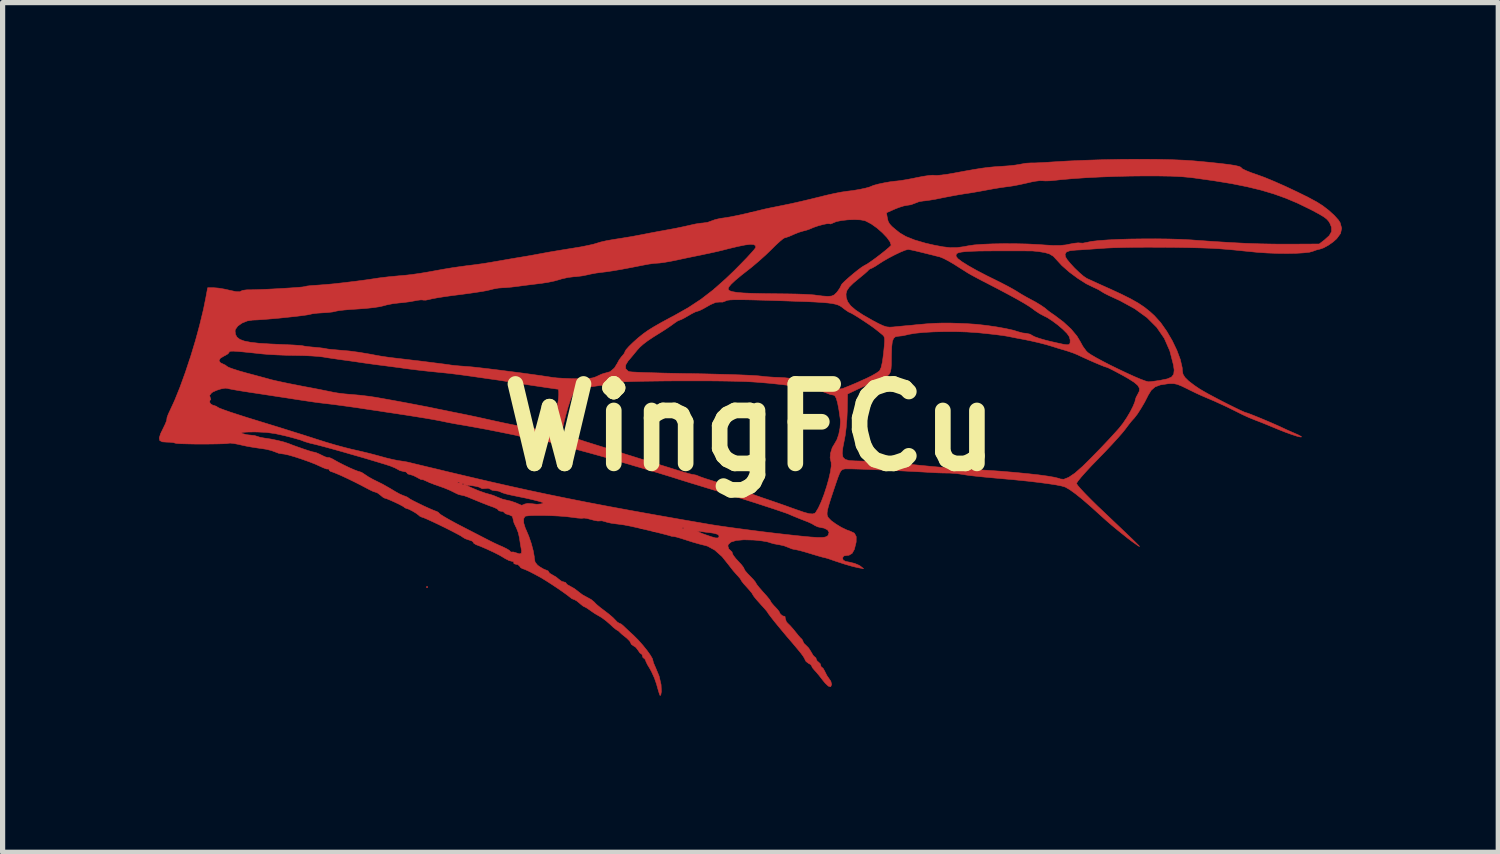
<source format=kicad_pcb>
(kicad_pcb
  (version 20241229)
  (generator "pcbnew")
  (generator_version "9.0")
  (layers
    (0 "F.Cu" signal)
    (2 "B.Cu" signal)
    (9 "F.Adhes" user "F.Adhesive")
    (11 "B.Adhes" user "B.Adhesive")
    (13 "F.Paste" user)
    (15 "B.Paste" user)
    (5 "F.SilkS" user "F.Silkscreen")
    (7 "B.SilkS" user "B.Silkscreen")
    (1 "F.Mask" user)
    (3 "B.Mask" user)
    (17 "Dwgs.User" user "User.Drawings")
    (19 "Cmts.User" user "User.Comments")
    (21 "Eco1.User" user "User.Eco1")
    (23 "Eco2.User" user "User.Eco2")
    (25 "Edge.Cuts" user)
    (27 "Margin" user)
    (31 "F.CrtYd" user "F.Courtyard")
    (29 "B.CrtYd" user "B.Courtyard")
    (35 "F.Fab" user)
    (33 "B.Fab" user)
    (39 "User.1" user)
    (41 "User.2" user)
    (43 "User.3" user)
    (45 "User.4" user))
  (footprint "WingFCu"
    (layer "F.Cu")
    (at 11.338 5.151)
    (property "Reference" "WingFCu" (at 0 0 0) (layer "F.SilkS") (effects (font (size 1.524 1.524) (thickness 0.3))))
    (attr through_hole)
    (fp_poly (pts (xy -6.181 3.062) (xy -6.195 3.076) (xy -6.209 3.062) (xy -6.195 3.048) (xy -6.181 3.062)) (stroke (width 0.01) (type solid)) (fill yes) (layer "F.Cu"))
    (fp_poly (pts (xy 7.798 -5.144) (xy 8.096 -5.137) (xy 8.356 -5.126) (xy 8.523 -5.114) (xy 8.794 -5.089) (xy 9.012 -5.066) (xy 9.181 -5.046) (xy 9.303 -5.027) (xy 9.381 -5.009) (xy 9.42 -4.992) (xy 9.426 -4.982) (xy 9.451 -4.96) (xy 9.52 -4.927) (xy 9.62 -4.887) (xy 9.716 -4.854) (xy 9.871 -4.798) (xy 10.062 -4.719) (xy 10.274 -4.625) (xy 10.493 -4.522) (xy 10.706 -4.417) (xy 10.875 -4.326) (xy 10.99 -4.253) (xy 11.107 -4.163) (xy 11.212 -4.067) (xy 11.291 -3.979) (xy 11.323 -3.929) (xy 11.352 -3.822) (xy 11.331 -3.722) (xy 11.257 -3.621) (xy 11.186 -3.558) (xy 11.094 -3.494) (xy 11.004 -3.445) (xy 10.946 -3.425) (xy 10.864 -3.404) (xy 10.799 -3.38) (xy 10.799 -3.38) (xy 10.734 -3.362) (xy 10.623 -3.35) (xy 10.476 -3.341) (xy 10.305 -3.338) (xy 10.119 -3.34) (xy 9.929 -3.347) (xy 9.745 -3.359) (xy 9.645 -3.369) (xy 9.474 -3.386) (xy 9.299 -3.404) (xy 9.139 -3.418) (xy 9.013 -3.428) (xy 9.003 -3.429) (xy 8.843 -3.438) (xy 8.642 -3.445) (xy 8.41 -3.451) (xy 8.159 -3.455) (xy 7.899 -3.457) (xy 7.64 -3.458) (xy 7.393 -3.457) (xy 7.168 -3.453) (xy 6.977 -3.448) (xy 6.828 -3.441) (xy 6.802 -3.439) (xy 6.643 -3.428) (xy 6.489 -3.417) (xy 6.356 -3.408) (xy 6.262 -3.403) (xy 6.257 -3.403) (xy 6.139 -3.391) (xy 6.071 -3.366) (xy 6.046 -3.324) (xy 6.053 -3.275) (xy 6.085 -3.221) (xy 6.148 -3.145) (xy 6.229 -3.057) (xy 6.317 -2.973) (xy 6.398 -2.903) (xy 6.461 -2.86) (xy 6.463 -2.859) (xy 6.514 -2.836) (xy 6.604 -2.795) (xy 6.724 -2.74) (xy 6.86 -2.679) (xy 6.91 -2.657) (xy 7.128 -2.556) (xy 7.304 -2.468) (xy 7.446 -2.388) (xy 7.566 -2.308) (xy 7.673 -2.223) (xy 7.759 -2.145) (xy 7.88 -2.011) (xy 7.996 -1.846) (xy 8.102 -1.665) (xy 8.191 -1.48) (xy 8.257 -1.303) (xy 8.293 -1.147) (xy 8.297 -1.083) (xy 8.308 -1.022) (xy 8.346 -0.96) (xy 8.416 -0.891) (xy 8.526 -0.807) (xy 8.622 -0.742) (xy 8.691 -0.701) (xy 8.791 -0.644) (xy 8.913 -0.579) (xy 9.046 -0.509) (xy 9.18 -0.441) (xy 9.305 -0.379) (xy 9.411 -0.328) (xy 9.487 -0.294) (xy 9.523 -0.282) (xy 9.556 -0.272) (xy 9.629 -0.244) (xy 9.729 -0.204) (xy 9.845 -0.156) (xy 9.964 -0.106) (xy 10.074 -0.058) (xy 10.164 -0.018) (xy 10.202 -0.000158) (xy 10.301 0.046) (xy 10.412 0.095) (xy 10.449 0.111) (xy 10.525 0.145) (xy 10.574 0.172) (xy 10.583 0.181) (xy 10.559 0.183) (xy 10.492 0.167) (xy 10.394 0.135) (xy 10.272 0.091) (xy 10.138 0.038) (xy 10.075 0.012) (xy 9.947 -0.041) (xy 9.817 -0.094) (xy 9.71 -0.135) (xy 9.687 -0.144) (xy 9.58 -0.187) (xy 9.455 -0.244) (xy 9.363 -0.29) (xy 9.147 -0.397) (xy 8.916 -0.503) (xy 8.735 -0.58) (xy 8.656 -0.614) (xy 8.548 -0.664) (xy 8.429 -0.722) (xy 8.396 -0.739) (xy 8.282 -0.794) (xy 8.2 -0.827) (xy 8.132 -0.841) (xy 8.061 -0.842) (xy 8.015 -0.838) (xy 7.873 -0.816) (xy 7.773 -0.778) (xy 7.699 -0.714) (xy 7.638 -0.614) (xy 7.628 -0.593) (xy 7.57 -0.48) (xy 7.502 -0.365) (xy 7.435 -0.26) (xy 7.376 -0.183) (xy 7.35 -0.155) (xy 7.318 -0.119) (xy 7.264 -0.051) (xy 7.202 0.032) (xy 7.146 0.102) (xy 7.058 0.202) (xy 6.947 0.324) (xy 6.821 0.458) (xy 6.688 0.595) (xy 6.676 0.608) (xy 6.552 0.735) (xy 6.444 0.852) (xy 6.356 0.951) (xy 6.295 1.026) (xy 6.267 1.069) (xy 6.265 1.074) (xy 6.285 1.108) (xy 6.341 1.174) (xy 6.428 1.267) (xy 6.54 1.381) (xy 6.671 1.51) (xy 6.736 1.571) (xy 6.937 1.762) (xy 7.1 1.917) (xy 7.229 2.04) (xy 7.327 2.134) (xy 7.397 2.202) (xy 7.443 2.248) (xy 7.468 2.274) (xy 7.474 2.284) (xy 7.467 2.282) (xy 7.448 2.27) (xy 7.422 2.253) (xy 7.333 2.19) (xy 7.245 2.124) (xy 7.237 2.117) (xy 7.162 2.057) (xy 7.071 1.984) (xy 7.026 1.947) (xy 6.939 1.875) (xy 6.835 1.785) (xy 6.746 1.705) (xy 6.546 1.524) (xy 6.38 1.38) (xy 6.245 1.272) (xy 6.137 1.194) (xy 6.052 1.145) (xy 6.047 1.143) (xy 5.984 1.124) (xy 5.874 1.102) (xy 5.724 1.079) (xy 5.543 1.055) (xy 5.339 1.031) (xy 5.122 1.009) (xy 5.052 1.002) (xy 4.803 0.98) (xy 4.604 0.962) (xy 4.447 0.947) (xy 4.325 0.934) (xy 4.232 0.924) (xy 4.16 0.914) (xy 4.103 0.905) (xy 4.083 0.901) (xy 3.968 0.885) (xy 3.849 0.876) (xy 3.812 0.875) (xy 3.711 0.874) (xy 3.586 0.87) (xy 3.5 0.865) (xy 3.309 0.854) (xy 3.102 0.843) (xy 2.887 0.832) (xy 2.671 0.822) (xy 2.463 0.813) (xy 2.271 0.805) (xy 2.103 0.799) (xy 1.966 0.795) (xy 1.871 0.794) (xy 1.823 0.795) (xy 1.782 0.804) (xy 1.751 0.826) (xy 1.723 0.873) (xy 1.69 0.955) (xy 1.659 1.044) (xy 1.593 1.24) (xy 1.543 1.391) (xy 1.509 1.502) (xy 1.488 1.582) (xy 1.48 1.639) (xy 1.481 1.678) (xy 1.491 1.709) (xy 1.505 1.732) (xy 1.559 1.788) (xy 1.649 1.853) (xy 1.754 1.917) (xy 1.859 1.967) (xy 1.927 1.991) (xy 2.004 2.028) (xy 2.039 2.094) (xy 2.038 2.197) (xy 2.034 2.216) (xy 2.003 2.34) (xy 1.96 2.416) (xy 1.901 2.451) (xy 1.862 2.455) (xy 1.8 2.465) (xy 1.779 2.499) (xy 1.778 2.51) (xy 1.79 2.546) (xy 1.833 2.569) (xy 1.912 2.585) (xy 2.008 2.608) (xy 2.091 2.643) (xy 2.114 2.657) (xy 2.181 2.709) (xy 2.085 2.693) (xy 1.968 2.666) (xy 1.816 2.622) (xy 1.644 2.566) (xy 1.58 2.544) (xy 1.5 2.516) (xy 1.44 2.499) (xy 1.425 2.496) (xy 1.387 2.487) (xy 1.309 2.465) (xy 1.205 2.434) (xy 1.153 2.418) (xy 1.039 2.384) (xy 0.942 2.358) (xy 0.877 2.344) (xy 0.862 2.342) (xy 0.805 2.33) (xy 0.737 2.302) (xy 0.656 2.271) (xy 0.558 2.249) (xy 0.542 2.247) (xy 0.455 2.231) (xy 0.386 2.211) (xy 0.375 2.206) (xy 0.325 2.192) (xy 0.234 2.177) (xy 0.12 2.164) (xy 0.071 2.16) (xy -0.118 2.155) (xy -0.264 2.168) (xy -0.365 2.199) (xy -0.417 2.246) (xy -0.423 2.275) (xy -0.406 2.331) (xy -0.381 2.353) (xy -0.343 2.39) (xy -0.339 2.411) (xy -0.32 2.453) (xy -0.271 2.516) (xy -0.226 2.565) (xy -0.164 2.632) (xy -0.123 2.686) (xy -0.113 2.709) (xy -0.094 2.746) (xy -0.045 2.804) (xy 0 2.85) (xy 0.062 2.914) (xy 0.103 2.964) (xy 0.113 2.982) (xy 0.131 3.013) (xy 0.178 3.072) (xy 0.245 3.149) (xy 0.254 3.159) (xy 0.323 3.236) (xy 0.373 3.297) (xy 0.395 3.331) (xy 0.395 3.333) (xy 0.413 3.364) (xy 0.459 3.418) (xy 0.48 3.439) (xy 0.532 3.495) (xy 0.562 3.535) (xy 0.564 3.542) (xy 0.582 3.577) (xy 0.62 3.611) (xy 0.654 3.623) (xy 0.66 3.621) (xy 0.674 3.629) (xy 0.677 3.663) (xy 0.699 3.728) (xy 0.727 3.759) (xy 0.771 3.802) (xy 0.833 3.872) (xy 0.874 3.923) (xy 0.931 3.994) (xy 0.976 4.044) (xy 0.994 4.059) (xy 1.015 4.092) (xy 1.016 4.102) (xy 1.037 4.143) (xy 1.074 4.178) (xy 1.127 4.232) (xy 1.174 4.307) (xy 1.176 4.311) (xy 1.211 4.371) (xy 1.241 4.402) (xy 1.245 4.403) (xy 1.268 4.425) (xy 1.27 4.442) (xy 1.293 4.486) (xy 1.312 4.498) (xy 1.35 4.535) (xy 1.355 4.557) (xy 1.368 4.595) (xy 1.379 4.6) (xy 1.406 4.624) (xy 1.437 4.68) (xy 1.44 4.687) (xy 1.476 4.759) (xy 1.51 4.808) (xy 1.511 4.809) (xy 1.552 4.869) (xy 1.567 4.93) (xy 1.551 4.971) (xy 1.543 4.975) (xy 1.503 4.962) (xy 1.443 4.905) (xy 1.394 4.845) (xy 1.329 4.761) (xy 1.269 4.69) (xy 1.235 4.653) (xy 1.196 4.606) (xy 1.185 4.578) (xy 1.162 4.546) (xy 1.13 4.53) (xy 1.076 4.49) (xy 1.058 4.457) (xy 1.044 4.427) (xy 1.018 4.385) (xy 0.974 4.326) (xy 0.906 4.243) (xy 0.811 4.13) (xy 0.706 4.008) (xy 0.62 3.905) (xy 0.533 3.8) (xy 0.454 3.703) (xy 0.391 3.622) (xy 0.35 3.567) (xy 0.339 3.548) (xy 0.321 3.523) (xy 0.274 3.468) (xy 0.207 3.395) (xy 0.198 3.384) (xy 0.129 3.307) (xy 0.079 3.246) (xy 0.057 3.212) (xy 0.056 3.211) (xy 0.039 3.18) (xy -0.008 3.123) (xy -0.056 3.069) (xy -0.117 3.002) (xy -0.158 2.95) (xy -0.169 2.93) (xy -0.187 2.9) (xy -0.232 2.848) (xy -0.248 2.831) (xy -0.318 2.752) (xy -0.387 2.664) (xy -0.395 2.653) (xy -0.534 2.479) (xy -0.675 2.353) (xy -0.814 2.277) (xy -0.864 2.263) (xy -0.964 2.238) (xy -1.091 2.202) (xy -1.217 2.162) (xy -1.223 2.16) (xy -1.326 2.127) (xy -1.408 2.103) (xy -1.455 2.093) (xy -1.459 2.093) (xy -1.503 2.088) (xy -1.524 2.081) (xy -1.568 2.068) (xy -1.656 2.045) (xy -1.774 2.015) (xy -1.874 1.991) (xy -1.009 1.991) (xy -0.981 2.007) (xy -0.913 2.036) (xy -0.861 2.055) (xy -0.739 2.097) (xy -0.66 2.119) (xy -0.615 2.12) (xy -0.596 2.101) (xy -0.593 2.077) (xy -0.62 2.05) (xy -0.697 2.029) (xy -0.742 2.022) (xy -0.85 2.009) (xy -0.952 1.995) (xy -0.989 1.989) (xy -1.009 1.991) (xy -1.874 1.991) (xy -1.911 1.982) (xy -2.054 1.948) (xy -2.117 1.933) (xy -1.298 1.933) (xy -1.284 1.947) (xy -1.27 1.933) (xy -1.284 1.919) (xy -1.298 1.933) (xy -2.117 1.933) (xy -2.192 1.916) (xy -2.3 1.892) (xy -2.415 1.87) (xy -2.533 1.854) (xy -2.568 1.85) (xy -2.667 1.836) (xy -2.756 1.815) (xy -2.775 1.808) (xy -2.84 1.791) (xy -2.88 1.793) (xy -2.92 1.795) (xy -2.993 1.781) (xy -3.045 1.767) (xy -3.126 1.746) (xy -3.183 1.738) (xy -3.198 1.74) (xy -3.231 1.743) (xy -3.305 1.738) (xy -3.405 1.725) (xy -3.429 1.722) (xy -3.539 1.709) (xy -3.674 1.699) (xy -3.821 1.692) (xy -3.969 1.688) (xy -4.104 1.688) (xy -4.216 1.691) (xy -4.291 1.699) (xy -4.315 1.705) (xy -4.342 1.753) (xy -4.34 1.834) (xy -4.309 1.934) (xy -4.292 1.97) (xy -4.243 2.086) (xy -4.196 2.223) (xy -4.159 2.361) (xy -4.138 2.477) (xy -4.136 2.509) (xy -4.122 2.583) (xy -4.076 2.641) (xy -4.036 2.671) (xy -3.966 2.713) (xy -3.913 2.736) (xy -3.903 2.738) (xy -3.869 2.755) (xy -3.866 2.766) (xy -3.843 2.797) (xy -3.789 2.829) (xy -3.715 2.872) (xy -3.666 2.913) (xy -3.611 2.953) (xy -3.574 2.963) (xy -3.534 2.976) (xy -3.528 2.988) (xy -3.505 3.015) (xy -3.449 3.046) (xy -3.449 3.046) (xy -3.372 3.089) (xy -3.295 3.147) (xy -3.293 3.15) (xy -3.21 3.212) (xy -3.12 3.261) (xy -3.045 3.302) (xy -2.99 3.347) (xy -2.986 3.352) (xy -2.945 3.394) (xy -2.873 3.454) (xy -2.794 3.514) (xy -2.705 3.582) (xy -2.629 3.647) (xy -2.587 3.69) (xy -2.542 3.736) (xy -2.51 3.754) (xy -2.471 3.771) (xy -2.432 3.803) (xy -2.386 3.847) (xy -2.314 3.915) (xy -2.235 3.987) (xy -2.146 4.076) (xy -2.056 4.177) (xy -1.974 4.279) (xy -1.91 4.369) (xy -1.87 4.438) (xy -1.863 4.466) (xy -1.851 4.514) (xy -1.82 4.586) (xy -1.811 4.606) (xy -1.743 4.77) (xy -1.705 4.934) (xy -1.699 5.067) (xy -1.71 5.129) (xy -1.723 5.144) (xy -1.728 5.136) (xy -1.745 5.088) (xy -1.77 5.004) (xy -1.792 4.925) (xy -1.833 4.806) (xy -1.888 4.686) (xy -1.921 4.626) (xy -1.968 4.548) (xy -1.997 4.486) (xy -2.004 4.464) (xy -2.023 4.433) (xy -2.032 4.431) (xy -2.057 4.408) (xy -2.06 4.389) (xy -2.073 4.351) (xy -2.084 4.346) (xy -2.113 4.324) (xy -2.145 4.276) (xy -2.19 4.218) (xy -2.234 4.19) (xy -2.277 4.159) (xy -2.286 4.136) (xy -2.307 4.098) (xy -2.36 4.045) (xy -2.392 4.019) (xy -2.457 3.967) (xy -2.499 3.928) (xy -2.507 3.917) (xy -2.537 3.895) (xy -2.539 3.895) (xy -2.57 3.876) (xy -2.627 3.83) (xy -2.676 3.783) (xy -2.76 3.71) (xy -2.845 3.647) (xy -2.884 3.624) (xy -2.974 3.572) (xy -3.062 3.512) (xy -3.065 3.509) (xy -3.126 3.467) (xy -3.167 3.444) (xy -3.172 3.443) (xy -3.204 3.426) (xy -3.257 3.383) (xy -3.268 3.373) (xy -3.326 3.326) (xy -3.369 3.303) (xy -3.374 3.302) (xy -3.416 3.285) (xy -3.459 3.252) (xy -3.508 3.214) (xy -3.591 3.154) (xy -3.694 3.083) (xy -3.804 3.01) (xy -3.908 2.943) (xy -3.991 2.892) (xy -4.008 2.882) (xy -4.139 2.811) (xy -4.249 2.755) (xy -4.328 2.72) (xy -4.364 2.709) (xy -4.402 2.687) (xy -4.413 2.667) (xy -4.451 2.632) (xy -4.488 2.625) (xy -4.528 2.614) (xy -4.53 2.596) (xy -4.538 2.574) (xy -4.566 2.568) (xy -4.623 2.553) (xy -4.698 2.515) (xy -4.723 2.499) (xy -4.801 2.453) (xy -4.913 2.396) (xy -5.042 2.336) (xy -5.167 2.282) (xy -5.256 2.248) (xy -5.298 2.222) (xy -5.306 2.204) (xy -5.33 2.18) (xy -5.389 2.159) (xy -5.391 2.159) (xy -5.464 2.134) (xy -5.512 2.104) (xy -5.549 2.079) (xy -5.625 2.038) (xy -5.728 1.984) (xy -5.847 1.924) (xy -5.972 1.863) (xy -6.09 1.807) (xy -6.191 1.761) (xy -6.262 1.731) (xy -6.292 1.722) (xy -6.332 1.704) (xy -6.356 1.683) (xy -6.405 1.646) (xy -6.473 1.605) (xy -6.541 1.57) (xy -6.588 1.554) (xy -6.593 1.554) (xy -6.625 1.538) (xy -6.629 1.532) (xy -6.661 1.511) (xy -6.728 1.475) (xy -6.814 1.434) (xy -6.901 1.395) (xy -6.972 1.366) (xy -7.011 1.355) (xy -7.043 1.337) (xy -7.09 1.298) (xy -7.145 1.257) (xy -7.183 1.242) (xy -7.226 1.229) (xy -7.296 1.196) (xy -7.34 1.173) (xy -7.457 1.111) (xy -7.587 1.045) (xy -7.719 0.981) (xy -7.841 0.924) (xy -7.944 0.88) (xy -8.014 0.853) (xy -8.039 0.847) (xy -8.07 0.825) (xy -8.072 0.814) (xy -8.082 0.794) (xy -8.089 0.798) (xy -8.122 0.797) (xy -8.187 0.773) (xy -8.237 0.75) (xy -8.336 0.705) (xy -8.461 0.656) (xy -8.597 0.608) (xy -8.731 0.564) (xy -8.848 0.53) (xy -8.934 0.511) (xy -8.961 0.508) (xy -9.042 0.495) (xy -9.11 0.469) (xy -9.184 0.442) (xy -9.284 0.418) (xy -9.327 0.411) (xy -9.467 0.391) (xy -9.569 0.375) (xy -9.652 0.36) (xy -9.734 0.343) (xy -9.806 0.326) (xy -9.9 0.308) (xy -9.971 0.3) (xy -10.001 0.303) (xy -10.038 0.309) (xy -10.119 0.313) (xy -10.233 0.316) (xy -10.37 0.318) (xy -10.517 0.319) (xy -10.664 0.318) (xy -10.8 0.315) (xy -10.913 0.312) (xy -10.992 0.307) (xy -11.026 0.301) (xy -11.026 0.301) (xy -11.063 0.29) (xy -11.136 0.283) (xy -11.182 0.282) (xy -11.273 0.276) (xy -11.323 0.251) (xy -11.333 0.202) (xy -11.307 0.119) (xy -11.298 0.101) (xy -9.755 0.101) (xy -9.747 0.112) (xy -9.737 0.117) (xy -9.654 0.139) (xy -9.581 0.147) (xy -9.505 0.155) (xy -9.453 0.171) (xy -9.397 0.189) (xy -9.315 0.204) (xy -9.298 0.206) (xy -9.188 0.223) (xy -9.062 0.249) (xy -8.942 0.279) (xy -8.853 0.308) (xy -8.848 0.31) (xy -8.761 0.344) (xy -8.657 0.381) (xy -8.551 0.418) (xy -8.456 0.449) (xy -8.388 0.469) (xy -8.36 0.474) (xy -8.325 0.483) (xy -8.259 0.511) (xy -8.223 0.529) (xy -8.152 0.563) (xy -8.103 0.577) (xy -8.093 0.576) (xy -8.062 0.58) (xy -8.003 0.607) (xy -7.983 0.619) (xy -7.897 0.667) (xy -7.793 0.72) (xy -7.687 0.771) (xy -7.591 0.813) (xy -7.52 0.84) (xy -7.493 0.847) (xy -7.448 0.863) (xy -7.388 0.902) (xy -7.387 0.903) (xy -7.316 0.95) (xy -7.224 1.001) (xy -7.193 1.016) (xy -7.046 1.089) (xy -6.898 1.173) (xy -6.802 1.231) (xy -6.719 1.277) (xy -6.643 1.31) (xy -6.632 1.313) (xy -6.574 1.336) (xy -6.548 1.355) (xy -6.517 1.376) (xy -6.448 1.413) (xy -6.355 1.459) (xy -6.252 1.509) (xy -6.153 1.554) (xy -6.071 1.589) (xy -6.021 1.608) (xy -6.014 1.609) (xy -5.977 1.63) (xy -5.963 1.647) (xy -5.932 1.672) (xy -5.858 1.718) (xy -5.752 1.779) (xy -5.621 1.85) (xy -5.503 1.911) (xy -5.354 1.988) (xy -5.216 2.059) (xy -5.1 2.119) (xy -5.016 2.162) (xy -4.981 2.18) (xy -4.906 2.217) (xy -4.807 2.263) (xy -4.748 2.288) (xy -4.668 2.327) (xy -4.614 2.36) (xy -4.6 2.377) (xy -4.584 2.392) (xy -4.579 2.39) (xy -4.539 2.389) (xy -4.501 2.4) (xy -4.424 2.425) (xy -4.386 2.414) (xy -4.381 2.365) (xy -4.387 2.335) (xy -4.403 2.247) (xy -4.419 2.142) (xy -4.422 2.119) (xy -4.445 2.018) (xy -4.481 1.925) (xy -4.491 1.907) (xy -4.527 1.83) (xy -4.544 1.76) (xy -4.544 1.756) (xy -4.559 1.705) (xy -4.614 1.678) (xy -4.628 1.675) (xy -4.688 1.656) (xy -4.713 1.634) (xy -4.713 1.633) (xy -4.737 1.613) (xy -4.77 1.609) (xy -4.815 1.599) (xy -4.826 1.585) (xy -4.85 1.562) (xy -4.908 1.535) (xy -4.918 1.531) (xy -5.012 1.497) (xy -5.145 1.445) (xy -5.304 1.38) (xy -5.409 1.336) (xy -5.483 1.31) (xy -5.539 1.298) (xy -5.541 1.298) (xy -5.593 1.285) (xy -5.665 1.251) (xy -5.678 1.244) (xy -5.755 1.206) (xy -5.861 1.162) (xy -5.954 1.129) (xy -6.032 1.101) (xy -5.461 1.101) (xy -5.348 1.154) (xy -5.211 1.212) (xy -5.075 1.26) (xy -4.983 1.285) (xy -4.92 1.305) (xy -4.841 1.338) (xy -4.834 1.341) (xy -4.748 1.375) (xy -4.666 1.395) (xy -4.664 1.395) (xy -4.584 1.414) (xy -4.494 1.445) (xy -4.487 1.448) (xy -4.422 1.476) (xy -4.383 1.492) (xy -4.38 1.493) (xy -4.351 1.484) (xy -4.321 1.469) (xy -4.261 1.457) (xy -4.181 1.463) (xy -4.175 1.464) (xy -4.087 1.474) (xy -4.009 1.467) (xy -4.008 1.467) (xy -3.969 1.454) (xy -3.971 1.442) (xy -4.021 1.425) (xy -4.054 1.415) (xy -4.163 1.387) (xy -4.277 1.361) (xy -4.294 1.357) (xy -4.393 1.337) (xy -4.514 1.312) (xy -4.586 1.297) (xy -4.68 1.275) (xy -4.753 1.252) (xy -4.782 1.238) (xy -4.829 1.22) (xy -4.886 1.214) (xy -4.95 1.203) (xy -4.983 1.183) (xy -5.022 1.166) (xy -5.073 1.171) (xy -5.133 1.175) (xy -5.162 1.163) (xy -5.198 1.144) (xy -5.27 1.127) (xy -5.32 1.119) (xy -5.461 1.101) (xy -6.032 1.101) (xy -6.061 1.091) (xy -6.084 1.082) (xy -5.522 1.082) (xy -5.518 1.099) (xy -5.503 1.101) (xy -5.48 1.09) (xy -5.485 1.082) (xy -5.518 1.078) (xy -5.522 1.082) (xy -6.084 1.082) (xy -6.156 1.054) (xy -5.607 1.054) (xy -5.603 1.07) (xy -5.588 1.072) (xy -5.565 1.062) (xy -5.569 1.054) (xy -5.603 1.05) (xy -5.607 1.054) (xy -6.156 1.054) (xy -6.157 1.053) (xy -6.215 1.027) (xy -6.269 1.003) (xy -6.293 1) (xy -6.294 1.001) (xy -6.315 0.997) (xy -6.367 0.97) (xy -6.385 0.959) (xy -6.459 0.922) (xy -6.519 0.904) (xy -6.526 0.903) (xy -6.568 0.89) (xy -6.576 0.875) (xy -6.6 0.853) (xy -6.639 0.846) (xy -6.714 0.828) (xy -6.756 0.805) (xy -6.81 0.776) (xy -6.898 0.74) (xy -6.996 0.708) (xy -7.208 0.644) (xy -7.426 0.579) (xy -7.643 0.517) (xy -7.847 0.458) (xy -8.031 0.407) (xy -8.185 0.365) (xy -8.3 0.335) (xy -8.345 0.324) (xy -8.446 0.3) (xy -8.53 0.275) (xy -8.571 0.26) (xy -8.618 0.242) (xy -8.707 0.216) (xy -8.823 0.184) (xy -8.922 0.159) (xy -9.109 0.118) (xy -9.275 0.095) (xy -9.449 0.087) (xy -9.515 0.086) (xy -9.644 0.088) (xy -9.723 0.093) (xy -9.755 0.101) (xy -11.298 0.101) (xy -11.262 0.026) (xy -11.219 -0.062) (xy -11.192 -0.129) (xy -11.187 -0.161) (xy -11.187 -0.161) (xy -11.183 -0.193) (xy -11.159 -0.257) (xy -11.133 -0.312) (xy -11.05 -0.491) (xy -10.369 -0.491) (xy -10.347 -0.452) (xy -10.303 -0.426) (xy -10.286 -0.423) (xy -10.235 -0.405) (xy -10.211 -0.387) (xy -10.175 -0.369) (xy -10.093 -0.338) (xy -9.971 -0.295) (xy -9.817 -0.245) (xy -9.64 -0.188) (xy -9.454 -0.131) (xy -9.233 -0.063) (xy -9.002 0.008) (xy -8.777 0.079) (xy -8.569 0.144) (xy -8.394 0.2) (xy -8.311 0.227) (xy -8.137 0.282) (xy -7.954 0.336) (xy -7.781 0.383) (xy -7.638 0.419) (xy -7.606 0.426) (xy -7.453 0.461) (xy -7.288 0.501) (xy -7.141 0.54) (xy -7.098 0.552) (xy -6.97 0.587) (xy -6.843 0.617) (xy -6.741 0.637) (xy -6.731 0.638) (xy -6.644 0.651) (xy -6.58 0.662) (xy -6.562 0.666) (xy -6.528 0.674) (xy -6.446 0.694) (xy -6.325 0.723) (xy -6.172 0.76) (xy -5.994 0.802) (xy -5.814 0.846) (xy -5.391 0.946) (xy -4.993 1.039) (xy -4.613 1.125) (xy -4.243 1.207) (xy -3.875 1.285) (xy -3.503 1.361) (xy -3.12 1.437) (xy -2.717 1.514) (xy -2.288 1.593) (xy -1.826 1.676) (xy -1.322 1.765) (xy -0.771 1.86) (xy -0.748 1.864) (xy -0.613 1.885) (xy -0.433 1.911) (xy -0.221 1.94) (xy 0.013 1.971) (xy 0.257 2.002) (xy 0.498 2.031) (xy 0.726 2.057) (xy 0.928 2.079) (xy 0.988 2.085) (xy 1.165 2.102) (xy 1.294 2.11) (xy 1.384 2.111) (xy 1.444 2.103) (xy 1.481 2.087) (xy 1.498 2.072) (xy 1.518 2.015) (xy 1.49 1.965) (xy 1.421 1.931) (xy 1.38 1.924) (xy 1.301 1.907) (xy 1.243 1.88) (xy 1.242 1.879) (xy 1.187 1.846) (xy 1.11 1.811) (xy 1.101 1.808) (xy 0.958 1.752) (xy 0.806 1.69) (xy 0.748 1.664) (xy 0.69 1.642) (xy 0.588 1.607) (xy 0.449 1.56) (xy 0.283 1.506) (xy 0.1 1.446) (xy -0.093 1.385) (xy -0.286 1.324) (xy -0.47 1.267) (xy -0.637 1.217) (xy -0.691 1.201) (xy -0.817 1.163) (xy -0.976 1.114) (xy -1.151 1.061) (xy -1.321 1.008) (xy -1.341 1.002) (xy -1.501 0.951) (xy -1.638 0.909) (xy -1.765 0.87) (xy -1.897 0.831) (xy -2.049 0.786) (xy -2.235 0.732) (xy -2.314 0.708) (xy -2.45 0.669) (xy -2.596 0.626) (xy -2.709 0.592) (xy -2.809 0.564) (xy -2.946 0.526) (xy -3.101 0.483) (xy -3.257 0.441) (xy -3.26 0.44) (xy -3.402 0.402) (xy -3.53 0.366) (xy -3.631 0.337) (xy -3.692 0.318) (xy -3.698 0.316) (xy -3.771 0.295) (xy -3.866 0.276) (xy -3.895 0.271) (xy -4.058 0.247) (xy -4.197 0.225) (xy -4.301 0.205) (xy -4.363 0.189) (xy -4.373 0.185) (xy -4.413 0.17) (xy -4.489 0.151) (xy -4.549 0.138) (xy -4.722 0.103) (xy -3.6 0.103) (xy -3.568 0.124) (xy -3.482 0.16) (xy -3.345 0.209) (xy -3.158 0.271) (xy -2.922 0.345) (xy -2.695 0.415) (xy -2.586 0.449) (xy -2.477 0.483) (xy -2.441 0.495) (xy -2.37 0.518) (xy -2.259 0.552) (xy -2.126 0.594) (xy -1.99 0.635) (xy -1.827 0.685) (xy -1.653 0.739) (xy -1.492 0.789) (xy -1.393 0.82) (xy -1.277 0.856) (xy -1.177 0.884) (xy -1.108 0.901) (xy -1.09 0.903) (xy -1.025 0.916) (xy -0.994 0.93) (xy -0.949 0.948) (xy -0.863 0.978) (xy -0.746 1.015) (xy -0.613 1.056) (xy -0.607 1.058) (xy -0.461 1.103) (xy -0.32 1.149) (xy -0.202 1.189) (xy -0.127 1.217) (xy -0.043 1.249) (xy 0.078 1.292) (xy 0.218 1.342) (xy 0.339 1.383) (xy 0.494 1.436) (xy 0.657 1.493) (xy 0.804 1.546) (xy 0.889 1.576) (xy 1.033 1.626) (xy 1.135 1.654) (xy 1.203 1.659) (xy 1.246 1.645) (xy 1.261 1.63) (xy 1.313 1.544) (xy 1.368 1.425) (xy 1.422 1.284) (xy 1.471 1.134) (xy 1.513 0.986) (xy 1.544 0.851) (xy 1.56 0.74) (xy 1.558 0.666) (xy 1.553 0.651) (xy 1.538 0.579) (xy 1.547 0.496) (xy 1.771 0.496) (xy 1.784 0.57) (xy 1.827 0.613) (xy 1.904 0.635) (xy 2.02 0.642) (xy 2.067 0.643) (xy 2.198 0.647) (xy 2.371 0.656) (xy 2.571 0.669) (xy 2.784 0.684) (xy 2.996 0.701) (xy 3.191 0.719) (xy 3.217 0.722) (xy 3.529 0.752) (xy 3.806 0.775) (xy 4.07 0.794) (xy 4.276 0.805) (xy 4.557 0.822) (xy 4.83 0.841) (xy 5.088 0.863) (xy 5.325 0.886) (xy 5.534 0.909) (xy 5.709 0.933) (xy 5.843 0.956) (xy 5.931 0.978) (xy 5.954 0.988) (xy 6.022 0.994) (xy 6.117 0.956) (xy 6.235 0.876) (xy 6.371 0.756) (xy 6.379 0.75) (xy 6.546 0.584) (xy 6.725 0.401) (xy 6.9 0.216) (xy 7.054 0.047) (xy 7.09 0.006) (xy 7.159 -0.082) (xy 7.231 -0.19) (xy 7.298 -0.303) (xy 7.352 -0.41) (xy 7.386 -0.494) (xy 7.394 -0.532) (xy 7.409 -0.579) (xy 7.44 -0.636) (xy 7.471 -0.698) (xy 7.472 -0.753) (xy 7.44 -0.808) (xy 7.369 -0.868) (xy 7.254 -0.941) (xy 7.159 -0.995) (xy 7.042 -1.058) (xy 6.943 -1.11) (xy 6.871 -1.145) (xy 6.838 -1.157) (xy 6.801 -1.168) (xy 6.724 -1.199) (xy 6.619 -1.243) (xy 6.496 -1.297) (xy 6.366 -1.356) (xy 6.279 -1.397) (xy 6.203 -1.428) (xy 6.101 -1.463) (xy 6.04 -1.482) (xy 5.936 -1.512) (xy 5.841 -1.542) (xy 5.8 -1.555) (xy 5.69 -1.588) (xy 5.543 -1.626) (xy 5.376 -1.664) (xy 5.242 -1.691) (xy 5.118 -1.714) (xy 4.988 -1.74) (xy 4.932 -1.751) (xy 4.85 -1.764) (xy 4.726 -1.78) (xy 4.576 -1.797) (xy 4.414 -1.814) (xy 4.36 -1.819) (xy 4.164 -1.832) (xy 3.952 -1.839) (xy 3.734 -1.839) (xy 3.523 -1.834) (xy 3.331 -1.823) (xy 3.168 -1.807) (xy 3.046 -1.786) (xy 3.02 -1.779) (xy 2.929 -1.759) (xy 2.845 -1.75) (xy 2.843 -1.75) (xy 2.792 -1.741) (xy 2.756 -1.71) (xy 2.732 -1.649) (xy 2.72 -1.55) (xy 2.715 -1.405) (xy 2.714 -1.343) (xy 2.713 -1.212) (xy 2.707 -1.125) (xy 2.695 -1.067) (xy 2.674 -1.026) (xy 2.653 -1.003) (xy 2.582 -0.949) (xy 2.511 -0.921) (xy 2.452 -0.903) (xy 2.357 -0.865) (xy 2.241 -0.815) (xy 2.152 -0.774) (xy 1.873 -0.642) (xy 1.867 -0.314) (xy 1.86 -0.156) (xy 1.846 0.006) (xy 1.828 0.151) (xy 1.814 0.226) (xy 1.783 0.384) (xy 1.771 0.496) (xy 1.547 0.496) (xy 1.549 0.483) (xy 1.579 0.386) (xy 1.625 0.311) (xy 1.625 0.31) (xy 1.667 0.238) (xy 1.704 0.131) (xy 1.728 0.009) (xy 1.736 -0.106) (xy 1.734 -0.149) (xy 1.707 -0.337) (xy 1.681 -0.473) (xy 1.655 -0.562) (xy 1.627 -0.61) (xy 1.603 -0.621) (xy 1.539 -0.633) (xy 1.473 -0.659) (xy 1.382 -0.692) (xy 1.244 -0.726) (xy 1.065 -0.76) (xy 0.855 -0.792) (xy 0.622 -0.822) (xy 0.374 -0.848) (xy 0.12 -0.869) (xy 0.042 -0.874) (xy -0.092 -0.881) (xy -0.262 -0.886) (xy -0.46 -0.89) (xy -0.68 -0.893) (xy -0.916 -0.894) (xy -1.16 -0.894) (xy -1.406 -0.894) (xy -1.647 -0.892) (xy -1.876 -0.889) (xy -2.086 -0.886) (xy -2.272 -0.881) (xy -2.425 -0.876) (xy -2.54 -0.869) (xy -2.61 -0.862) (xy -2.627 -0.857) (xy -2.674 -0.839) (xy -2.759 -0.82) (xy -2.864 -0.806) (xy -2.865 -0.806) (xy -3.079 -0.777) (xy -3.239 -0.738) (xy -3.348 -0.687) (xy -3.395 -0.643) (xy -3.421 -0.591) (xy -3.454 -0.501) (xy -3.491 -0.386) (xy -3.527 -0.259) (xy -3.56 -0.133) (xy -3.586 -0.022) (xy -3.6 0.062) (xy -3.6 0.103) (xy -4.722 0.103) (xy -4.836 0.08) (xy -5.079 0.032) (xy -5.288 -0.006) (xy -5.472 -0.039) (xy -5.503 -0.044) (xy -5.633 -0.066) (xy -5.752 -0.088) (xy -5.843 -0.106) (xy -5.87 -0.112) (xy -5.953 -0.129) (xy -6.081 -0.153) (xy -6.246 -0.181) (xy -6.438 -0.212) (xy -6.648 -0.245) (xy -6.703 -0.253) (xy -6.812 -0.27) (xy -6.956 -0.291) (xy -7.117 -0.316) (xy -7.253 -0.336) (xy -7.538 -0.379) (xy -7.788 -0.414) (xy -7.997 -0.442) (xy -8.159 -0.461) (xy -8.184 -0.464) (xy -8.26 -0.473) (xy -8.377 -0.489) (xy -8.519 -0.51) (xy -8.672 -0.533) (xy -8.692 -0.536) (xy -8.864 -0.563) (xy -9.068 -0.594) (xy -9.283 -0.627) (xy -9.486 -0.658) (xy -9.535 -0.665) (xy -9.691 -0.689) (xy -9.827 -0.711) (xy -9.934 -0.73) (xy -10.001 -0.743) (xy -10.02 -0.749) (xy -10.068 -0.754) (xy -10.146 -0.74) (xy -10.232 -0.713) (xy -10.305 -0.68) (xy -10.331 -0.661) (xy -10.367 -0.614) (xy -10.356 -0.577) (xy -10.343 -0.538) (xy -10.358 -0.522) (xy -10.369 -0.491) (xy -11.05 -0.491) (xy -11.037 -0.52) (xy -10.935 -0.773) (xy -10.832 -1.057) (xy -10.758 -1.281) (xy -10.186 -1.281) (xy -10.159 -1.241) (xy -10.125 -1.225) (xy -10.062 -1.195) (xy -10.033 -1.171) (xy -9.996 -1.151) (xy -9.916 -1.122) (xy -9.804 -1.086) (xy -9.673 -1.049) (xy -9.666 -1.047) (xy -9.52 -1.008) (xy -9.379 -0.97) (xy -9.26 -0.938) (xy -9.186 -0.917) (xy -9.11 -0.899) (xy -8.991 -0.873) (xy -8.844 -0.842) (xy -8.68 -0.81) (xy -8.58 -0.79) (xy -8.414 -0.759) (xy -8.258 -0.729) (xy -8.125 -0.702) (xy -8.026 -0.682) (xy -7.989 -0.674) (xy -7.898 -0.659) (xy -7.776 -0.644) (xy -7.647 -0.633) (xy -7.636 -0.632) (xy -7.486 -0.619) (xy -7.319 -0.599) (xy -7.183 -0.579) (xy -6.981 -0.543) (xy -6.765 -0.504) (xy -6.55 -0.464) (xy -6.351 -0.426) (xy -6.184 -0.394) (xy -6.11 -0.379) (xy -6 -0.356) (xy -5.855 -0.327) (xy -5.696 -0.294) (xy -5.574 -0.27) (xy -5.407 -0.236) (xy -5.228 -0.198) (xy -5.061 -0.161) (xy -4.967 -0.14) (xy -4.77 -0.097) (xy -4.569 -0.055) (xy -4.383 -0.019) (xy -4.228 0.009) (xy -4.179 0.016) (xy -4.1 0.034) (xy -4.04 0.057) (xy -4.038 0.057) (xy -3.978 0.075) (xy -3.909 0.077) (xy -3.864 0.07) (xy -3.835 0.05) (xy -3.813 0.004) (xy -3.791 -0.081) (xy -3.78 -0.127) (xy -3.753 -0.239) (xy -3.725 -0.339) (xy -3.702 -0.404) (xy -3.686 -0.463) (xy -3.675 -0.543) (xy -3.668 -0.627) (xy -3.669 -0.696) (xy -3.677 -0.732) (xy -3.68 -0.734) (xy -3.713 -0.738) (xy -3.791 -0.749) (xy -3.901 -0.765) (xy -4.033 -0.785) (xy -4.176 -0.806) (xy -4.318 -0.828) (xy -4.447 -0.848) (xy -4.553 -0.865) (xy -4.6 -0.873) (xy -4.698 -0.888) (xy -4.834 -0.909) (xy -4.997 -0.932) (xy -5.171 -0.957) (xy -5.344 -0.982) (xy -5.503 -1.004) (xy -5.633 -1.021) (xy -5.723 -1.032) (xy -5.729 -1.033) (xy -5.8 -1.041) (xy -5.91 -1.052) (xy -6.039 -1.065) (xy -6.11 -1.072) (xy -6.259 -1.088) (xy -6.414 -1.106) (xy -6.549 -1.123) (xy -6.59 -1.128) (xy -6.722 -1.147) (xy -6.877 -1.167) (xy -7.013 -1.185) (xy -7.156 -1.203) (xy -7.31 -1.224) (xy -7.437 -1.242) (xy -7.577 -1.263) (xy -7.733 -1.285) (xy -7.832 -1.298) (xy -7.963 -1.317) (xy -8.1 -1.337) (xy -8.19 -1.352) (xy -8.281 -1.363) (xy -8.412 -1.372) (xy -8.564 -1.379) (xy -8.722 -1.382) (xy -8.726 -1.382) (xy -8.896 -1.385) (xy -9.074 -1.392) (xy -9.238 -1.401) (xy -9.356 -1.411) (xy -9.561 -1.433) (xy -9.718 -1.449) (xy -9.831 -1.459) (xy -9.908 -1.464) (xy -9.956 -1.463) (xy -9.981 -1.458) (xy -9.99 -1.448) (xy -9.991 -1.444) (xy -10.014 -1.413) (xy -10.073 -1.378) (xy -10.089 -1.371) (xy -10.162 -1.327) (xy -10.186 -1.281) (xy -10.758 -1.281) (xy -10.731 -1.36) (xy -10.637 -1.671) (xy -10.588 -1.851) (xy -9.878 -1.851) (xy -9.87 -1.785) (xy -9.841 -1.732) (xy -9.787 -1.69) (xy -9.702 -1.658) (xy -9.58 -1.634) (xy -9.416 -1.615) (xy -9.205 -1.602) (xy -9.047 -1.595) (xy -8.894 -1.588) (xy -8.76 -1.582) (xy -8.658 -1.575) (xy -8.595 -1.57) (xy -8.581 -1.567) (xy -8.546 -1.56) (xy -8.471 -1.55) (xy -8.37 -1.54) (xy -8.355 -1.539) (xy -8.252 -1.529) (xy -8.172 -1.519) (xy -8.131 -1.511) (xy -8.129 -1.511) (xy -8.095 -1.504) (xy -8.019 -1.496) (xy -7.915 -1.487) (xy -7.873 -1.483) (xy -7.687 -1.467) (xy -7.5 -1.442) (xy -7.292 -1.407) (xy -7.15 -1.38) (xy -7.049 -1.363) (xy -6.918 -1.344) (xy -6.784 -1.328) (xy -6.769 -1.326) (xy -6.647 -1.312) (xy -6.498 -1.294) (xy -6.334 -1.275) (xy -6.167 -1.254) (xy -6.01 -1.234) (xy -5.875 -1.217) (xy -5.774 -1.203) (xy -5.729 -1.196) (xy -5.669 -1.189) (xy -5.57 -1.18) (xy -5.452 -1.171) (xy -5.419 -1.169) (xy -5.327 -1.161) (xy -5.19 -1.146) (xy -5.019 -1.126) (xy -4.823 -1.102) (xy -4.614 -1.075) (xy -4.401 -1.048) (xy -4.197 -1.02) (xy -4.01 -0.994) (xy -3.852 -0.97) (xy -3.782 -0.959) (xy -3.7 -0.95) (xy -3.58 -0.943) (xy -3.44 -0.937) (xy -3.343 -0.935) (xy -3.196 -0.935) (xy -3.091 -0.94) (xy -3.015 -0.952) (xy -2.952 -0.973) (xy -2.921 -0.988) (xy -2.845 -1.023) (xy -2.787 -1.042) (xy -2.775 -1.044) (xy -2.683 -1.07) (xy -2.6 -1.141) (xy -2.566 -1.196) (xy -2.386 -1.196) (xy -2.385 -1.128) (xy -2.337 -1.08) (xy -2.309 -1.07) (xy -2.265 -1.065) (xy -2.171 -1.06) (xy -2.033 -1.054) (xy -1.859 -1.049) (xy -1.655 -1.043) (xy -1.427 -1.038) (xy -1.182 -1.033) (xy -1.124 -1.033) (xy -0.87 -1.028) (xy -0.626 -1.022) (xy -0.4 -1.016) (xy -0.199 -1.009) (xy -0.031 -1.002) (xy 0.097 -0.995) (xy 0.176 -0.989) (xy 0.183 -0.988) (xy 0.32 -0.973) (xy 0.468 -0.963) (xy 0.564 -0.96) (xy 0.674 -0.953) (xy 0.816 -0.938) (xy 0.979 -0.915) (xy 1.149 -0.887) (xy 1.311 -0.857) (xy 1.454 -0.827) (xy 1.562 -0.798) (xy 1.609 -0.782) (xy 1.684 -0.75) (xy 1.732 -0.739) (xy 1.776 -0.746) (xy 1.826 -0.766) (xy 1.919 -0.803) (xy 1.993 -0.834) (xy 2.07 -0.867) (xy 2.168 -0.912) (xy 2.23 -0.939) (xy 2.335 -0.991) (xy 2.424 -1.042) (xy 2.481 -1.082) (xy 2.488 -1.089) (xy 2.517 -1.15) (xy 2.542 -1.261) (xy 2.564 -1.426) (xy 2.565 -1.439) (xy 2.578 -1.572) (xy 2.584 -1.659) (xy 2.582 -1.714) (xy 2.57 -1.749) (xy 2.548 -1.774) (xy 2.532 -1.787) (xy 2.468 -1.839) (xy 2.423 -1.875) (xy 2.364 -1.92) (xy 2.28 -1.979) (xy 2.184 -2.043) (xy 2.088 -2.106) (xy 2.004 -2.158) (xy 1.945 -2.192) (xy 1.924 -2.201) (xy 1.888 -2.218) (xy 1.828 -2.259) (xy 1.796 -2.283) (xy 1.763 -2.309) (xy 1.73 -2.331) (xy 1.692 -2.349) (xy 1.645 -2.364) (xy 1.583 -2.377) (xy 1.502 -2.388) (xy 1.396 -2.397) (xy 1.26 -2.406) (xy 1.089 -2.414) (xy 0.878 -2.421) (xy 0.622 -2.43) (xy 0.316 -2.44) (xy 0.233 -2.442) (xy 0.01 -2.448) (xy -0.162 -2.451) (xy -0.29 -2.451) (xy -0.379 -2.447) (xy -0.435 -2.44) (xy -0.464 -2.428) (xy -0.465 -2.427) (xy -0.524 -2.405) (xy -0.581 -2.406) (xy -0.655 -2.4) (xy -0.756 -2.357) (xy -0.812 -2.325) (xy -0.899 -2.276) (xy -0.97 -2.241) (xy -1.007 -2.23) (xy -1.05 -2.216) (xy -1.121 -2.18) (xy -1.181 -2.145) (xy -1.261 -2.099) (xy -1.323 -2.068) (xy -1.347 -2.06) (xy -1.386 -2.044) (xy -1.445 -2.004) (xy -1.455 -1.997) (xy -1.522 -1.948) (xy -1.615 -1.885) (xy -1.695 -1.834) (xy -1.849 -1.738) (xy -1.963 -1.662) (xy -2.048 -1.597) (xy -2.114 -1.538) (xy -2.171 -1.475) (xy -2.177 -1.467) (xy -2.246 -1.383) (xy -2.312 -1.304) (xy -2.337 -1.276) (xy -2.386 -1.196) (xy -2.566 -1.196) (xy -2.553 -1.216) (xy -2.509 -1.297) (xy -2.461 -1.362) (xy -2.451 -1.372) (xy -2.411 -1.421) (xy -2.399 -1.452) (xy -2.378 -1.49) (xy -2.323 -1.553) (xy -2.243 -1.631) (xy -2.148 -1.716) (xy -2.047 -1.797) (xy -2.046 -1.798) (xy -1.959 -1.86) (xy -1.848 -1.929) (xy -1.705 -2.011) (xy -1.522 -2.11) (xy -1.453 -2.146) (xy -1.184 -2.298) (xy -0.938 -2.46) (xy -0.701 -2.643) (xy -0.685 -2.657) (xy -0.418 -2.657) (xy -0.416 -2.647) (xy -0.393 -2.624) (xy -0.34 -2.606) (xy -0.251 -2.591) (xy -0.124 -2.58) (xy 0.046 -2.573) (xy 0.265 -2.568) (xy 0.519 -2.565) (xy 0.704 -2.563) (xy 0.88 -2.56) (xy 1.036 -2.555) (xy 1.16 -2.548) (xy 1.239 -2.542) (xy 1.242 -2.541) (xy 1.39 -2.522) (xy 1.494 -2.515) (xy 1.565 -2.521) (xy 1.616 -2.543) (xy 1.637 -2.562) (xy 1.843 -2.562) (xy 1.847 -2.492) (xy 1.848 -2.49) (xy 1.875 -2.412) (xy 1.933 -2.334) (xy 2.028 -2.252) (xy 2.165 -2.161) (xy 2.35 -2.055) (xy 2.351 -2.054) (xy 2.471 -1.991) (xy 2.557 -1.951) (xy 2.623 -1.93) (xy 2.684 -1.924) (xy 2.75 -1.928) (xy 2.839 -1.937) (xy 2.965 -1.949) (xy 3.109 -1.962) (xy 3.203 -1.972) (xy 3.384 -1.988) (xy 3.538 -1.998) (xy 3.685 -2.003) (xy 3.841 -2.003) (xy 4.023 -1.997) (xy 4.166 -1.991) (xy 4.346 -1.979) (xy 4.54 -1.957) (xy 4.733 -1.929) (xy 4.91 -1.897) (xy 5.058 -1.864) (xy 5.146 -1.836) (xy 5.232 -1.813) (xy 5.298 -1.806) (xy 5.374 -1.79) (xy 5.419 -1.763) (xy 5.466 -1.739) (xy 5.554 -1.708) (xy 5.669 -1.675) (xy 5.76 -1.652) (xy 5.907 -1.619) (xy 6.008 -1.597) (xy 6.073 -1.587) (xy 6.11 -1.588) (xy 6.13 -1.599) (xy 6.141 -1.619) (xy 6.142 -1.623) (xy 6.144 -1.679) (xy 6.126 -1.743) (xy 6.084 -1.803) (xy 6.007 -1.881) (xy 5.909 -1.965) (xy 5.803 -2.044) (xy 5.703 -2.109) (xy 5.644 -2.138) (xy 5.561 -2.182) (xy 5.468 -2.243) (xy 5.433 -2.27) (xy 5.367 -2.317) (xy 5.271 -2.377) (xy 5.139 -2.453) (xy 4.969 -2.546) (xy 4.756 -2.659) (xy 4.496 -2.794) (xy 4.473 -2.805) (xy 4.363 -2.863) (xy 4.263 -2.917) (xy 4.192 -2.957) (xy 4.177 -2.966) (xy 4.119 -3.003) (xy 4.031 -3.058) (xy 3.931 -3.122) (xy 3.917 -3.131) (xy 3.813 -3.192) (xy 3.715 -3.243) (xy 3.641 -3.273) (xy 3.634 -3.274) (xy 3.537 -3.299) (xy 3.954 -3.299) (xy 3.956 -3.282) (xy 3.988 -3.24) (xy 4.067 -3.18) (xy 4.19 -3.103) (xy 4.351 -3.012) (xy 4.547 -2.91) (xy 4.673 -2.848) (xy 4.81 -2.78) (xy 4.939 -2.713) (xy 5.045 -2.655) (xy 5.115 -2.614) (xy 5.119 -2.611) (xy 5.209 -2.555) (xy 5.316 -2.494) (xy 5.37 -2.465) (xy 5.475 -2.409) (xy 5.576 -2.348) (xy 5.657 -2.293) (xy 5.701 -2.256) (xy 5.73 -2.232) (xy 5.791 -2.188) (xy 5.843 -2.153) (xy 6.015 -2.023) (xy 6.162 -1.887) (xy 6.274 -1.753) (xy 6.335 -1.651) (xy 6.388 -1.555) (xy 6.45 -1.47) (xy 6.48 -1.439) (xy 6.541 -1.397) (xy 6.64 -1.339) (xy 6.768 -1.27) (xy 6.915 -1.194) (xy 7.071 -1.118) (xy 7.227 -1.044) (xy 7.372 -0.978) (xy 7.497 -0.925) (xy 7.592 -0.89) (xy 7.647 -0.876) (xy 7.648 -0.876) (xy 7.697 -0.88) (xy 7.782 -0.891) (xy 7.874 -0.905) (xy 8.006 -0.932) (xy 8.088 -0.967) (xy 8.13 -1.021) (xy 8.139 -1.102) (xy 8.125 -1.2) (xy 8.055 -1.47) (xy 7.95 -1.709) (xy 7.805 -1.92) (xy 7.617 -2.108) (xy 7.382 -2.278) (xy 7.097 -2.434) (xy 6.985 -2.485) (xy 6.884 -2.532) (xy 6.799 -2.575) (xy 6.748 -2.606) (xy 6.745 -2.608) (xy 6.691 -2.642) (xy 6.614 -2.679) (xy 6.604 -2.683) (xy 6.454 -2.756) (xy 6.289 -2.861) (xy 6.126 -2.982) (xy 5.984 -3.107) (xy 5.895 -3.204) (xy 5.821 -3.284) (xy 5.745 -3.33) (xy 5.659 -3.355) (xy 5.544 -3.374) (xy 5.426 -3.386) (xy 5.39 -3.387) (xy 5.066 -3.388) (xy 4.794 -3.388) (xy 4.57 -3.387) (xy 4.388 -3.385) (xy 4.246 -3.38) (xy 4.137 -3.374) (xy 4.059 -3.365) (xy 4.005 -3.354) (xy 3.973 -3.339) (xy 3.958 -3.321) (xy 3.954 -3.299) (xy 3.537 -3.299) (xy 3.432 -3.325) (xy 3.278 -3.363) (xy 3.166 -3.39) (xy 3.091 -3.406) (xy 3.046 -3.414) (xy 3.032 -3.415) (xy 2.978 -3.401) (xy 2.889 -3.365) (xy 2.78 -3.313) (xy 2.663 -3.252) (xy 2.554 -3.189) (xy 2.485 -3.145) (xy 2.406 -3.093) (xy 2.344 -3.058) (xy 2.317 -3.048) (xy 2.283 -3.029) (xy 2.281 -3.026) (xy 2.256 -2.999) (xy 2.198 -2.947) (xy 2.119 -2.882) (xy 2.103 -2.869) (xy 1.983 -2.769) (xy 1.904 -2.691) (xy 1.86 -2.626) (xy 1.843 -2.562) (xy 1.637 -2.562) (xy 1.657 -2.581) (xy 1.678 -2.606) (xy 1.723 -2.671) (xy 1.748 -2.72) (xy 1.75 -2.729) (xy 1.77 -2.758) (xy 1.825 -2.812) (xy 1.901 -2.88) (xy 1.988 -2.954) (xy 2.074 -3.023) (xy 2.149 -3.078) (xy 2.199 -3.109) (xy 2.204 -3.111) (xy 2.25 -3.136) (xy 2.323 -3.186) (xy 2.412 -3.25) (xy 2.506 -3.322) (xy 2.593 -3.391) (xy 2.663 -3.45) (xy 2.704 -3.489) (xy 2.709 -3.499) (xy 2.687 -3.563) (xy 2.627 -3.646) (xy 2.539 -3.738) (xy 2.437 -3.827) (xy 2.329 -3.904) (xy 2.227 -3.958) (xy 2.203 -3.968) (xy 2.121 -3.983) (xy 2.009 -3.988) (xy 1.883 -3.984) (xy 1.762 -3.971) (xy 1.661 -3.951) (xy 1.599 -3.926) (xy 1.596 -3.924) (xy 1.547 -3.904) (xy 1.524 -3.909) (xy 1.483 -3.91) (xy 1.408 -3.895) (xy 1.314 -3.87) (xy 1.22 -3.838) (xy 1.156 -3.81) (xy 1.098 -3.789) (xy 1.023 -3.769) (xy 0.939 -3.744) (xy 0.842 -3.705) (xy 0.821 -3.695) (xy 0.744 -3.662) (xy 0.684 -3.642) (xy 0.671 -3.641) (xy 0.637 -3.622) (xy 0.574 -3.57) (xy 0.491 -3.494) (xy 0.423 -3.426) (xy 0.305 -3.312) (xy 0.171 -3.192) (xy 0.044 -3.084) (xy 0 -3.049) (xy -0.161 -2.923) (xy -0.28 -2.824) (xy -0.36 -2.749) (xy -0.405 -2.695) (xy -0.418 -2.657) (xy -0.685 -2.657) (xy -0.46 -2.857) (xy -0.295 -3.015) (xy -0.172 -3.14) (xy -0.063 -3.252) (xy 0.024 -3.347) (xy 0.085 -3.416) (xy 0.112 -3.455) (xy 0.113 -3.458) (xy 0.103 -3.491) (xy 0.069 -3.51) (xy 0.006 -3.513) (xy -0.093 -3.501) (xy -0.231 -3.473) (xy -0.416 -3.429) (xy -0.508 -3.405) (xy -0.615 -3.379) (xy -0.749 -3.349) (xy -0.883 -3.321) (xy -0.889 -3.319) (xy -1.022 -3.292) (xy -1.183 -3.259) (xy -1.343 -3.225) (xy -1.397 -3.213) (xy -1.526 -3.187) (xy -1.643 -3.167) (xy -1.732 -3.155) (xy -1.764 -3.153) (xy -1.837 -3.148) (xy -1.94 -3.134) (xy -2.032 -3.117) (xy -2.276 -3.069) (xy -2.473 -3.032) (xy -2.632 -3.005) (xy -2.76 -2.986) (xy -2.836 -2.977) (xy -2.952 -2.962) (xy -3.064 -2.941) (xy -3.119 -2.928) (xy -3.219 -2.908) (xy -3.335 -2.894) (xy -3.373 -2.892) (xy -3.49 -2.878) (xy -3.614 -2.85) (xy -3.651 -2.838) (xy -3.748 -2.811) (xy -3.875 -2.784) (xy -4.007 -2.764) (xy -4.018 -2.763) (xy -4.164 -2.745) (xy -4.325 -2.725) (xy -4.459 -2.707) (xy -4.574 -2.693) (xy -4.677 -2.684) (xy -4.747 -2.68) (xy -4.75 -2.68) (xy -4.829 -2.674) (xy -4.926 -2.656) (xy -4.948 -2.65) (xy -5.004 -2.636) (xy -5.068 -2.622) (xy -5.148 -2.608) (xy -5.252 -2.592) (xy -5.39 -2.572) (xy -5.569 -2.548) (xy -5.729 -2.528) (xy -5.869 -2.508) (xy -5.997 -2.488) (xy -6.098 -2.469) (xy -6.149 -2.457) (xy -6.22 -2.442) (xy -6.267 -2.443) (xy -6.271 -2.445) (xy -6.311 -2.448) (xy -6.385 -2.439) (xy -6.429 -2.43) (xy -6.536 -2.411) (xy -6.662 -2.395) (xy -6.731 -2.389) (xy -6.85 -2.375) (xy -6.97 -2.351) (xy -7.027 -2.335) (xy -7.105 -2.317) (xy -7.224 -2.299) (xy -7.366 -2.284) (xy -7.516 -2.273) (xy -7.659 -2.264) (xy -7.787 -2.253) (xy -7.885 -2.242) (xy -7.941 -2.231) (xy -7.943 -2.23) (xy -8.006 -2.216) (xy -8.102 -2.205) (xy -8.188 -2.2) (xy -8.295 -2.193) (xy -8.389 -2.182) (xy -8.438 -2.171) (xy -8.491 -2.16) (xy -8.589 -2.146) (xy -8.72 -2.13) (xy -8.871 -2.114) (xy -9.033 -2.097) (xy -9.192 -2.083) (xy -9.338 -2.071) (xy -9.459 -2.063) (xy -9.541 -2.06) (xy -9.644 -2.044) (xy -9.744 -2.003) (xy -9.825 -1.946) (xy -9.872 -1.881) (xy -9.878 -1.851) (xy -10.588 -1.851) (xy -10.554 -1.978) (xy -10.484 -2.268) (xy -10.439 -2.491) (xy -10.404 -2.681) (xy -10.289 -2.681) (xy -10.201 -2.674) (xy -10.085 -2.655) (xy -9.982 -2.632) (xy -9.862 -2.606) (xy -9.791 -2.603) (xy -9.771 -2.613) (xy -9.733 -2.63) (xy -9.66 -2.64) (xy -9.624 -2.641) (xy -9.529 -2.642) (xy -9.403 -2.646) (xy -9.257 -2.652) (xy -9.1 -2.66) (xy -8.945 -2.669) (xy -8.8 -2.678) (xy -8.678 -2.687) (xy -8.588 -2.695) (xy -8.542 -2.702) (xy -8.539 -2.703) (xy -8.499 -2.713) (xy -8.419 -2.722) (xy -8.315 -2.729) (xy -8.299 -2.73) (xy -8.162 -2.74) (xy -7.984 -2.756) (xy -7.78 -2.779) (xy -7.565 -2.805) (xy -7.354 -2.833) (xy -7.225 -2.852) (xy -7.12 -2.868) (xy -7.024 -2.88) (xy -6.921 -2.892) (xy -6.794 -2.904) (xy -6.629 -2.919) (xy -6.604 -2.921) (xy -6.489 -2.934) (xy -6.34 -2.955) (xy -6.177 -2.982) (xy -6.04 -3.007) (xy -5.874 -3.037) (xy -5.699 -3.066) (xy -5.537 -3.089) (xy -5.433 -3.103) (xy -5.278 -3.122) (xy -5.106 -3.146) (xy -4.953 -3.171) (xy -4.939 -3.174) (xy -4.798 -3.198) (xy -4.651 -3.224) (xy -4.527 -3.245) (xy -4.516 -3.247) (xy -4.384 -3.269) (xy -4.242 -3.293) (xy -4.163 -3.307) (xy -4.044 -3.329) (xy -3.925 -3.351) (xy -3.866 -3.362) (xy -3.788 -3.375) (xy -3.671 -3.395) (xy -3.53 -3.418) (xy -3.387 -3.441) (xy -3.242 -3.465) (xy -3.108 -3.492) (xy -3.001 -3.516) (xy -2.935 -3.536) (xy -2.862 -3.558) (xy -2.752 -3.583) (xy -2.626 -3.605) (xy -2.582 -3.612) (xy -2.43 -3.636) (xy -2.255 -3.665) (xy -2.091 -3.696) (xy -2.06 -3.702) (xy -1.906 -3.732) (xy -1.736 -3.764) (xy -1.583 -3.792) (xy -1.552 -3.797) (xy -1.415 -3.823) (xy -1.276 -3.852) (xy -1.16 -3.878) (xy -1.148 -3.881) (xy -1.043 -3.904) (xy -0.947 -3.919) (xy -0.899 -3.923) (xy -0.81 -3.936) (xy -0.739 -3.962) (xy -0.667 -3.988) (xy -0.567 -4.011) (xy -0.508 -4.019) (xy -0.381 -4.039) (xy -0.211 -4.073) (xy -0.008 -4.119) (xy 2.619 -4.119) (xy 2.637 -4.014) (xy 2.651 -3.957) (xy 2.677 -3.908) (xy 2.724 -3.856) (xy 2.801 -3.791) (xy 2.878 -3.73) (xy 2.993 -3.663) (xy 3.159 -3.597) (xy 3.367 -3.536) (xy 3.528 -3.499) (xy 3.702 -3.466) (xy 3.843 -3.45) (xy 3.971 -3.451) (xy 4.105 -3.469) (xy 4.187 -3.485) (xy 4.302 -3.502) (xy 4.461 -3.514) (xy 4.654 -3.522) (xy 4.87 -3.526) (xy 5.097 -3.525) (xy 5.324 -3.52) (xy 5.54 -3.509) (xy 5.653 -3.501) (xy 5.822 -3.491) (xy 5.953 -3.492) (xy 6.063 -3.503) (xy 6.125 -3.516) (xy 6.221 -3.534) (xy 6.298 -3.542) (xy 6.334 -3.539) (xy 6.388 -3.536) (xy 6.463 -3.551) (xy 6.469 -3.552) (xy 6.555 -3.57) (xy 6.69 -3.585) (xy 6.864 -3.598) (xy 7.068 -3.608) (xy 7.296 -3.615) (xy 7.537 -3.618) (xy 7.784 -3.619) (xy 8.028 -3.616) (xy 8.26 -3.609) (xy 8.473 -3.598) (xy 8.537 -3.593) (xy 8.906 -3.567) (xy 9.231 -3.547) (xy 9.523 -3.532) (xy 9.793 -3.523) (xy 10.054 -3.518) (xy 10.317 -3.517) (xy 10.378 -3.517) (xy 10.921 -3.52) (xy 11.022 -3.597) (xy 11.115 -3.681) (xy 11.159 -3.759) (xy 11.157 -3.842) (xy 11.13 -3.911) (xy 11.102 -3.958) (xy 11.062 -4.001) (xy 11.003 -4.045) (xy 10.913 -4.098) (xy 10.785 -4.167) (xy 10.735 -4.192) (xy 10.509 -4.302) (xy 10.284 -4.397) (xy 10.053 -4.48) (xy 9.808 -4.553) (xy 9.54 -4.618) (xy 9.242 -4.678) (xy 8.905 -4.733) (xy 8.521 -4.787) (xy 8.438 -4.797) (xy 8.285 -4.811) (xy 8.085 -4.821) (xy 7.848 -4.825) (xy 7.583 -4.826) (xy 7.3 -4.823) (xy 7.009 -4.816) (xy 6.72 -4.805) (xy 6.442 -4.791) (xy 6.183 -4.773) (xy 5.956 -4.753) (xy 5.876 -4.744) (xy 5.767 -4.733) (xy 5.675 -4.73) (xy 5.619 -4.733) (xy 5.617 -4.733) (xy 5.56 -4.735) (xy 5.473 -4.724) (xy 5.414 -4.713) (xy 5.256 -4.677) (xy 5.138 -4.652) (xy 5.047 -4.635) (xy 4.968 -4.623) (xy 4.897 -4.614) (xy 4.798 -4.6) (xy 4.67 -4.579) (xy 4.54 -4.555) (xy 4.53 -4.553) (xy 4.394 -4.528) (xy 4.254 -4.504) (xy 4.138 -4.486) (xy 4.135 -4.486) (xy 4.029 -4.469) (xy 3.892 -4.445) (xy 3.747 -4.417) (xy 3.687 -4.405) (xy 3.56 -4.379) (xy 3.445 -4.36) (xy 3.36 -4.348) (xy 3.331 -4.346) (xy 3.247 -4.333) (xy 3.171 -4.304) (xy 3.089 -4.273) (xy 3.016 -4.262) (xy 2.951 -4.25) (xy 2.858 -4.221) (xy 2.78 -4.19) (xy 2.619 -4.119) (xy -0.008 -4.119) (xy -0.008 -4.119) (xy 0.218 -4.174) (xy 0.226 -4.176) (xy 0.294 -4.192) (xy 0.402 -4.215) (xy 0.532 -4.241) (xy 0.635 -4.262) (xy 0.791 -4.294) (xy 0.977 -4.336) (xy 1.167 -4.381) (xy 1.312 -4.417) (xy 1.466 -4.455) (xy 1.618 -4.489) (xy 1.75 -4.515) (xy 1.846 -4.529) (xy 1.849 -4.53) (xy 1.98 -4.546) (xy 2.109 -4.568) (xy 2.221 -4.592) (xy 2.301 -4.615) (xy 2.328 -4.627) (xy 2.376 -4.646) (xy 2.462 -4.669) (xy 2.57 -4.692) (xy 2.682 -4.712) (xy 2.781 -4.725) (xy 2.808 -4.727) (xy 2.885 -4.736) (xy 2.998 -4.754) (xy 3.13 -4.779) (xy 3.201 -4.794) (xy 3.325 -4.818) (xy 3.433 -4.834) (xy 3.51 -4.84) (xy 3.536 -4.837) (xy 3.585 -4.835) (xy 3.676 -4.843) (xy 3.795 -4.859) (xy 3.905 -4.878) (xy 4.125 -4.919) (xy 4.301 -4.95) (xy 4.444 -4.973) (xy 4.566 -4.989) (xy 4.678 -5) (xy 4.791 -5.008) (xy 4.839 -5.011) (xy 4.967 -5.02) (xy 5.085 -5.033) (xy 5.173 -5.047) (xy 5.192 -5.051) (xy 5.292 -5.069) (xy 5.39 -5.075) (xy 5.462 -5.075) (xy 5.571 -5.08) (xy 5.7 -5.087) (xy 5.771 -5.092) (xy 6.087 -5.111) (xy 6.425 -5.126) (xy 6.775 -5.137) (xy 7.127 -5.144) (xy 7.472 -5.146) (xy 7.798 -5.144)) (stroke (width 0.01) (type solid)) (fill yes) (layer "F.Cu")))
  (gr_rect
    (start -3 -3)
    (end 25.695 13.301)
    (stroke (width 0.1) (type default))
    (fill no)
    (layer "Edge.Cuts")))
</source>
